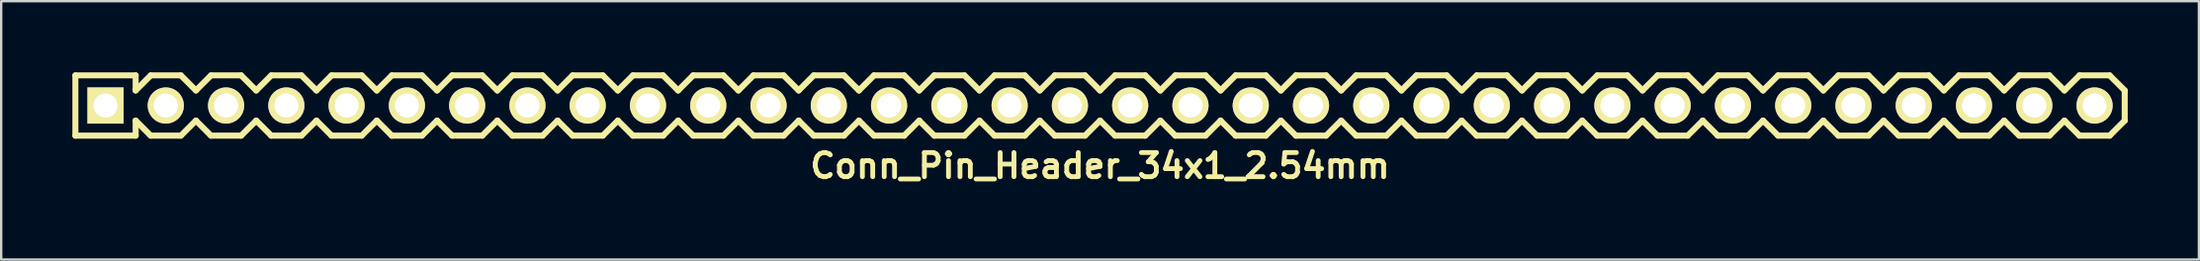
<source format=kicad_pcb>
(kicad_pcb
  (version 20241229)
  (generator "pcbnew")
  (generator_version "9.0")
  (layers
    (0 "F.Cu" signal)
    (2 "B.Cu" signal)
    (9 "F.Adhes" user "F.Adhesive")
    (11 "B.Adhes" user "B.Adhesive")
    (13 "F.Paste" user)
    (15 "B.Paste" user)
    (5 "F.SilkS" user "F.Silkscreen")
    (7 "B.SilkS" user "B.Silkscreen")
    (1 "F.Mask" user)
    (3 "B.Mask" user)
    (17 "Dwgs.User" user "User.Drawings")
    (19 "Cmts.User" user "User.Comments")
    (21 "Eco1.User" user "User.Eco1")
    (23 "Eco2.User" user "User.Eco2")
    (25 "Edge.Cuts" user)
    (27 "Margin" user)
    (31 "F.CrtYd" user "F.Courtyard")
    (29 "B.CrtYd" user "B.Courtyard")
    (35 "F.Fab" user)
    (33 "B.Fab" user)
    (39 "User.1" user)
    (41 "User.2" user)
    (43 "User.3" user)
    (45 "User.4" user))
  (footprint "Conn_Pin_Header_34x1_2.54mm"
    (layer "F.Cu")
    (at 43.307 1.397)
    (property "Reference" "Conn_Pin_Header_34x1_2.54mm" (at 0 2.54 0) (layer "F.SilkS") (effects (font (size 1.016 1.016) (thickness 0.203))))
    (attr through_hole)
    (fp_line (start -43.18 -1.27) (end -40.64 -1.27) (stroke (width 0.254) (type solid)) (layer "F.SilkS"))
    (fp_line (start -43.18 1.27) (end -43.18 -1.27) (stroke (width 0.254) (type solid)) (layer "F.SilkS"))
    (fp_line (start -40.64 -0.635) (end -40.64 -1.27) (stroke (width 0.254) (type solid)) (layer "F.SilkS"))
    (fp_line (start -40.64 -0.635) (end -40.005 -1.27) (stroke (width 0.254) (type solid)) (layer "F.SilkS"))
    (fp_line (start -40.64 1.27) (end -43.18 1.27) (stroke (width 0.254) (type solid)) (layer "F.SilkS"))
    (fp_line (start -40.64 1.27) (end -40.64 0.635) (stroke (width 0.254) (type solid)) (layer "F.SilkS"))
    (fp_line (start -40.005 -1.27) (end -38.735 -1.27) (stroke (width 0.254) (type solid)) (layer "F.SilkS"))
    (fp_line (start -40.005 1.27) (end -40.64 0.635) (stroke (width 0.254) (type solid)) (layer "F.SilkS"))
    (fp_line (start -38.735 -1.27) (end -38.1 -0.635) (stroke (width 0.254) (type solid)) (layer "F.SilkS"))
    (fp_line (start -38.735 1.27) (end -40.005 1.27) (stroke (width 0.254) (type solid)) (layer "F.SilkS"))
    (fp_line (start -38.1 -0.635) (end -37.465 -1.27) (stroke (width 0.254) (type solid)) (layer "F.SilkS"))
    (fp_line (start -38.1 0.635) (end -38.735 1.27) (stroke (width 0.254) (type solid)) (layer "F.SilkS"))
    (fp_line (start -37.465 -1.27) (end -36.195 -1.27) (stroke (width 0.254) (type solid)) (layer "F.SilkS"))
    (fp_line (start -37.465 1.27) (end -38.1 0.635) (stroke (width 0.254) (type solid)) (layer "F.SilkS"))
    (fp_line (start -36.195 -1.27) (end -35.56 -0.635) (stroke (width 0.254) (type solid)) (layer "F.SilkS"))
    (fp_line (start -36.195 1.27) (end -37.465 1.27) (stroke (width 0.254) (type solid)) (layer "F.SilkS"))
    (fp_line (start -35.56 -0.635) (end -34.925 -1.27) (stroke (width 0.254) (type solid)) (layer "F.SilkS"))
    (fp_line (start -35.56 0.635) (end -36.195 1.27) (stroke (width 0.254) (type solid)) (layer "F.SilkS"))
    (fp_line (start -34.925 -1.27) (end -33.655 -1.27) (stroke (width 0.254) (type solid)) (layer "F.SilkS"))
    (fp_line (start -34.925 1.27) (end -35.56 0.635) (stroke (width 0.254) (type solid)) (layer "F.SilkS"))
    (fp_line (start -33.655 -1.27) (end -33.02 -0.635) (stroke (width 0.254) (type solid)) (layer "F.SilkS"))
    (fp_line (start -33.655 1.27) (end -34.925 1.27) (stroke (width 0.254) (type solid)) (layer "F.SilkS"))
    (fp_line (start -33.02 -0.635) (end -32.385 -1.27) (stroke (width 0.254) (type solid)) (layer "F.SilkS"))
    (fp_line (start -33.02 0.635) (end -33.655 1.27) (stroke (width 0.254) (type solid)) (layer "F.SilkS"))
    (fp_line (start -32.385 -1.27) (end -31.115 -1.27) (stroke (width 0.254) (type solid)) (layer "F.SilkS"))
    (fp_line (start -32.385 1.27) (end -33.02 0.635) (stroke (width 0.254) (type solid)) (layer "F.SilkS"))
    (fp_line (start -31.115 -1.27) (end -30.48 -0.635) (stroke (width 0.254) (type solid)) (layer "F.SilkS"))
    (fp_line (start -31.115 1.27) (end -32.385 1.27) (stroke (width 0.254) (type solid)) (layer "F.SilkS"))
    (fp_line (start -30.48 -0.635) (end -29.845 -1.27) (stroke (width 0.254) (type solid)) (layer "F.SilkS"))
    (fp_line (start -30.48 0.635) (end -31.115 1.27) (stroke (width 0.254) (type solid)) (layer "F.SilkS"))
    (fp_line (start -30.48 0.635) (end -29.845 1.27) (stroke (width 0.254) (type solid)) (layer "F.SilkS"))
    (fp_line (start -29.845 -1.27) (end -28.575 -1.27) (stroke (width 0.254) (type solid)) (layer "F.SilkS"))
    (fp_line (start -29.845 1.27) (end -28.575 1.27) (stroke (width 0.254) (type solid)) (layer "F.SilkS"))
    (fp_line (start -28.575 -1.27) (end -27.94 -0.635) (stroke (width 0.254) (type solid)) (layer "F.SilkS"))
    (fp_line (start -28.575 1.27) (end -27.94 0.635) (stroke (width 0.254) (type solid)) (layer "F.SilkS"))
    (fp_line (start -27.94 -0.635) (end -27.305 -1.27) (stroke (width 0.254) (type solid)) (layer "F.SilkS"))
    (fp_line (start -27.305 -1.27) (end -26.035 -1.27) (stroke (width 0.254) (type solid)) (layer "F.SilkS"))
    (fp_line (start -27.305 1.27) (end -27.94 0.635) (stroke (width 0.254) (type solid)) (layer "F.SilkS"))
    (fp_line (start -26.035 -1.27) (end -25.4 -0.635) (stroke (width 0.254) (type solid)) (layer "F.SilkS"))
    (fp_line (start -26.035 1.27) (end -27.305 1.27) (stroke (width 0.254) (type solid)) (layer "F.SilkS"))
    (fp_line (start -25.4 -0.635) (end -24.765 -1.27) (stroke (width 0.254) (type solid)) (layer "F.SilkS"))
    (fp_line (start -25.4 0.635) (end -26.035 1.27) (stroke (width 0.254) (type solid)) (layer "F.SilkS"))
    (fp_line (start -25.4 0.635) (end -24.765 1.27) (stroke (width 0.254) (type solid)) (layer "F.SilkS"))
    (fp_line (start -24.765 -1.27) (end -23.495 -1.27) (stroke (width 0.254) (type solid)) (layer "F.SilkS"))
    (fp_line (start -24.765 1.27) (end -23.495 1.27) (stroke (width 0.254) (type solid)) (layer "F.SilkS"))
    (fp_line (start -23.495 -1.27) (end -22.86 -0.635) (stroke (width 0.254) (type solid)) (layer "F.SilkS"))
    (fp_line (start -23.495 1.27) (end -22.86 0.635) (stroke (width 0.254) (type solid)) (layer "F.SilkS"))
    (fp_line (start -22.86 -0.635) (end -22.225 -1.27) (stroke (width 0.254) (type solid)) (layer "F.SilkS"))
    (fp_line (start -22.225 -1.27) (end -20.955 -1.27) (stroke (width 0.254) (type solid)) (layer "F.SilkS"))
    (fp_line (start -22.225 1.27) (end -22.86 0.635) (stroke (width 0.254) (type solid)) (layer "F.SilkS"))
    (fp_line (start -20.955 -1.27) (end -20.32 -0.635) (stroke (width 0.254) (type solid)) (layer "F.SilkS"))
    (fp_line (start -20.955 1.27) (end -22.225 1.27) (stroke (width 0.254) (type solid)) (layer "F.SilkS"))
    (fp_line (start -20.32 -0.635) (end -19.685 -1.27) (stroke (width 0.254) (type solid)) (layer "F.SilkS"))
    (fp_line (start -20.32 0.635) (end -20.955 1.27) (stroke (width 0.254) (type solid)) (layer "F.SilkS"))
    (fp_line (start -20.32 0.635) (end -19.685 1.27) (stroke (width 0.254) (type solid)) (layer "F.SilkS"))
    (fp_line (start -19.685 -1.27) (end -18.415 -1.27) (stroke (width 0.254) (type solid)) (layer "F.SilkS"))
    (fp_line (start -19.685 1.27) (end -18.415 1.27) (stroke (width 0.254) (type solid)) (layer "F.SilkS"))
    (fp_line (start -18.415 -1.27) (end -17.78 -0.635) (stroke (width 0.254) (type solid)) (layer "F.SilkS"))
    (fp_line (start -18.415 1.27) (end -17.78 0.635) (stroke (width 0.254) (type solid)) (layer "F.SilkS"))
    (fp_line (start -17.78 -0.635) (end -17.145 -1.27) (stroke (width 0.254) (type solid)) (layer "F.SilkS"))
    (fp_line (start -17.145 -1.27) (end -15.875 -1.27) (stroke (width 0.254) (type solid)) (layer "F.SilkS"))
    (fp_line (start -17.145 1.27) (end -17.78 0.635) (stroke (width 0.254) (type solid)) (layer "F.SilkS"))
    (fp_line (start -15.875 -1.27) (end -15.24 -0.635) (stroke (width 0.254) (type solid)) (layer "F.SilkS"))
    (fp_line (start -15.875 1.27) (end -17.145 1.27) (stroke (width 0.254) (type solid)) (layer "F.SilkS"))
    (fp_line (start -15.24 -0.635) (end -14.605 -1.27) (stroke (width 0.254) (type solid)) (layer "F.SilkS"))
    (fp_line (start -15.24 0.635) (end -15.875 1.27) (stroke (width 0.254) (type solid)) (layer "F.SilkS"))
    (fp_line (start -15.24 0.635) (end -14.605 1.27) (stroke (width 0.254) (type solid)) (layer "F.SilkS"))
    (fp_line (start -14.605 -1.27) (end -13.335 -1.27) (stroke (width 0.254) (type solid)) (layer "F.SilkS"))
    (fp_line (start -14.605 1.27) (end -13.335 1.27) (stroke (width 0.254) (type solid)) (layer "F.SilkS"))
    (fp_line (start -13.335 -1.27) (end -12.7 -0.635) (stroke (width 0.254) (type solid)) (layer "F.SilkS"))
    (fp_line (start -13.335 1.27) (end -12.7 0.635) (stroke (width 0.254) (type solid)) (layer "F.SilkS"))
    (fp_line (start -12.7 -0.635) (end -12.065 -1.27) (stroke (width 0.254) (type solid)) (layer "F.SilkS"))
    (fp_line (start -12.065 -1.27) (end -10.795 -1.27) (stroke (width 0.254) (type solid)) (layer "F.SilkS"))
    (fp_line (start -12.065 1.27) (end -12.7 0.635) (stroke (width 0.254) (type solid)) (layer "F.SilkS"))
    (fp_line (start -10.795 -1.27) (end -10.16 -0.635) (stroke (width 0.254) (type solid)) (layer "F.SilkS"))
    (fp_line (start -10.795 1.27) (end -12.065 1.27) (stroke (width 0.254) (type solid)) (layer "F.SilkS"))
    (fp_line (start -10.16 -0.635) (end -9.525 -1.27) (stroke (width 0.254) (type solid)) (layer "F.SilkS"))
    (fp_line (start -10.16 0.635) (end -10.795 1.27) (stroke (width 0.254) (type solid)) (layer "F.SilkS"))
    (fp_line (start -10.16 0.635) (end -9.525 1.27) (stroke (width 0.254) (type solid)) (layer "F.SilkS"))
    (fp_line (start -9.525 -1.27) (end -8.255 -1.27) (stroke (width 0.254) (type solid)) (layer "F.SilkS"))
    (fp_line (start -9.525 1.27) (end -8.255 1.27) (stroke (width 0.254) (type solid)) (layer "F.SilkS"))
    (fp_line (start -8.255 -1.27) (end -7.62 -0.635) (stroke (width 0.254) (type solid)) (layer "F.SilkS"))
    (fp_line (start -8.255 1.27) (end -7.62 0.635) (stroke (width 0.254) (type solid)) (layer "F.SilkS"))
    (fp_line (start -7.62 -0.635) (end -6.985 -1.27) (stroke (width 0.254) (type solid)) (layer "F.SilkS"))
    (fp_line (start -6.985 -1.27) (end -5.715 -1.27) (stroke (width 0.254) (type solid)) (layer "F.SilkS"))
    (fp_line (start -6.985 1.27) (end -7.62 0.635) (stroke (width 0.254) (type solid)) (layer "F.SilkS"))
    (fp_line (start -5.715 -1.27) (end -5.08 -0.635) (stroke (width 0.254) (type solid)) (layer "F.SilkS"))
    (fp_line (start -5.715 1.27) (end -6.985 1.27) (stroke (width 0.254) (type solid)) (layer "F.SilkS"))
    (fp_line (start -5.08 -0.635) (end -4.445 -1.27) (stroke (width 0.254) (type solid)) (layer "F.SilkS"))
    (fp_line (start -5.08 0.635) (end -5.715 1.27) (stroke (width 0.254) (type solid)) (layer "F.SilkS"))
    (fp_line (start -5.08 0.635) (end -4.445 1.27) (stroke (width 0.254) (type solid)) (layer "F.SilkS"))
    (fp_line (start -4.445 -1.27) (end -3.175 -1.27) (stroke (width 0.254) (type solid)) (layer "F.SilkS"))
    (fp_line (start -4.445 1.27) (end -3.175 1.27) (stroke (width 0.254) (type solid)) (layer "F.SilkS"))
    (fp_line (start -3.175 -1.27) (end -2.54 -0.635) (stroke (width 0.254) (type solid)) (layer "F.SilkS"))
    (fp_line (start -3.175 1.27) (end -2.54 0.635) (stroke (width 0.254) (type solid)) (layer "F.SilkS"))
    (fp_line (start -2.54 -0.635) (end -1.905 -1.27) (stroke (width 0.254) (type solid)) (layer "F.SilkS"))
    (fp_line (start -1.905 -1.27) (end -0.635 -1.27) (stroke (width 0.254) (type solid)) (layer "F.SilkS"))
    (fp_line (start -1.905 1.27) (end -2.54 0.635) (stroke (width 0.254) (type solid)) (layer "F.SilkS"))
    (fp_line (start -0.635 -1.27) (end 0 -0.635) (stroke (width 0.254) (type solid)) (layer "F.SilkS"))
    (fp_line (start -0.635 1.27) (end -1.905 1.27) (stroke (width 0.254) (type solid)) (layer "F.SilkS"))
    (fp_line (start 0 -0.635) (end 0.635 -1.27) (stroke (width 0.254) (type solid)) (layer "F.SilkS"))
    (fp_line (start 0 0.635) (end -0.635 1.27) (stroke (width 0.254) (type solid)) (layer "F.SilkS"))
    (fp_line (start 0 0.635) (end 0.635 1.27) (stroke (width 0.254) (type solid)) (layer "F.SilkS"))
    (fp_line (start 0.635 -1.27) (end 1.905 -1.27) (stroke (width 0.254) (type solid)) (layer "F.SilkS"))
    (fp_line (start 0.635 1.27) (end 1.905 1.27) (stroke (width 0.254) (type solid)) (layer "F.SilkS"))
    (fp_line (start 1.905 -1.27) (end 2.54 -0.635) (stroke (width 0.254) (type solid)) (layer "F.SilkS"))
    (fp_line (start 1.905 1.27) (end 2.54 0.635) (stroke (width 0.254) (type solid)) (layer "F.SilkS"))
    (fp_line (start 2.54 -0.635) (end 3.175 -1.27) (stroke (width 0.254) (type solid)) (layer "F.SilkS"))
    (fp_line (start 3.175 -1.27) (end 4.445 -1.27) (stroke (width 0.254) (type solid)) (layer "F.SilkS"))
    (fp_line (start 3.175 1.27) (end 2.54 0.635) (stroke (width 0.254) (type solid)) (layer "F.SilkS"))
    (fp_line (start 4.445 -1.27) (end 5.08 -0.635) (stroke (width 0.254) (type solid)) (layer "F.SilkS"))
    (fp_line (start 4.445 1.27) (end 3.175 1.27) (stroke (width 0.254) (type solid)) (layer "F.SilkS"))
    (fp_line (start 5.08 -0.635) (end 5.715 -1.27) (stroke (width 0.254) (type solid)) (layer "F.SilkS"))
    (fp_line (start 5.08 0.635) (end 4.445 1.27) (stroke (width 0.254) (type solid)) (layer "F.SilkS"))
    (fp_line (start 5.08 0.635) (end 5.715 1.27) (stroke (width 0.254) (type solid)) (layer "F.SilkS"))
    (fp_line (start 5.715 -1.27) (end 6.985 -1.27) (stroke (width 0.254) (type solid)) (layer "F.SilkS"))
    (fp_line (start 5.715 1.27) (end 6.985 1.27) (stroke (width 0.254) (type solid)) (layer "F.SilkS"))
    (fp_line (start 6.985 -1.27) (end 7.62 -0.635) (stroke (width 0.254) (type solid)) (layer "F.SilkS"))
    (fp_line (start 6.985 1.27) (end 7.62 0.635) (stroke (width 0.254) (type solid)) (layer "F.SilkS"))
    (fp_line (start 7.62 -0.635) (end 8.255 -1.27) (stroke (width 0.254) (type solid)) (layer "F.SilkS"))
    (fp_line (start 8.255 -1.27) (end 9.525 -1.27) (stroke (width 0.254) (type solid)) (layer "F.SilkS"))
    (fp_line (start 8.255 1.27) (end 7.62 0.635) (stroke (width 0.254) (type solid)) (layer "F.SilkS"))
    (fp_line (start 9.525 -1.27) (end 10.16 -0.635) (stroke (width 0.254) (type solid)) (layer "F.SilkS"))
    (fp_line (start 9.525 1.27) (end 8.255 1.27) (stroke (width 0.254) (type solid)) (layer "F.SilkS"))
    (fp_line (start 10.16 -0.635) (end 10.795 -1.27) (stroke (width 0.254) (type solid)) (layer "F.SilkS"))
    (fp_line (start 10.16 0.635) (end 9.525 1.27) (stroke (width 0.254) (type solid)) (layer "F.SilkS"))
    (fp_line (start 10.16 0.635) (end 10.795 1.27) (stroke (width 0.254) (type solid)) (layer "F.SilkS"))
    (fp_line (start 10.795 -1.27) (end 12.065 -1.27) (stroke (width 0.254) (type solid)) (layer "F.SilkS"))
    (fp_line (start 10.795 1.27) (end 12.065 1.27) (stroke (width 0.254) (type solid)) (layer "F.SilkS"))
    (fp_line (start 12.065 -1.27) (end 12.7 -0.635) (stroke (width 0.254) (type solid)) (layer "F.SilkS"))
    (fp_line (start 12.065 1.27) (end 12.7 0.635) (stroke (width 0.254) (type solid)) (layer "F.SilkS"))
    (fp_line (start 12.7 -0.635) (end 13.335 -1.27) (stroke (width 0.254) (type solid)) (layer "F.SilkS"))
    (fp_line (start 13.335 -1.27) (end 14.605 -1.27) (stroke (width 0.254) (type solid)) (layer "F.SilkS"))
    (fp_line (start 13.335 1.27) (end 12.7 0.635) (stroke (width 0.254) (type solid)) (layer "F.SilkS"))
    (fp_line (start 14.605 -1.27) (end 15.24 -0.635) (stroke (width 0.254) (type solid)) (layer "F.SilkS"))
    (fp_line (start 14.605 1.27) (end 13.335 1.27) (stroke (width 0.254) (type solid)) (layer "F.SilkS"))
    (fp_line (start 15.24 -0.635) (end 15.875 -1.27) (stroke (width 0.254) (type solid)) (layer "F.SilkS"))
    (fp_line (start 15.24 0.635) (end 14.605 1.27) (stroke (width 0.254) (type solid)) (layer "F.SilkS"))
    (fp_line (start 15.24 0.635) (end 15.875 1.27) (stroke (width 0.254) (type solid)) (layer "F.SilkS"))
    (fp_line (start 15.875 -1.27) (end 17.145 -1.27) (stroke (width 0.254) (type solid)) (layer "F.SilkS"))
    (fp_line (start 15.875 1.27) (end 17.145 1.27) (stroke (width 0.254) (type solid)) (layer "F.SilkS"))
    (fp_line (start 17.145 -1.27) (end 17.78 -0.635) (stroke (width 0.254) (type solid)) (layer "F.SilkS"))
    (fp_line (start 17.145 1.27) (end 17.78 0.635) (stroke (width 0.254) (type solid)) (layer "F.SilkS"))
    (fp_line (start 17.78 -0.635) (end 18.415 -1.27) (stroke (width 0.254) (type solid)) (layer "F.SilkS"))
    (fp_line (start 18.415 -1.27) (end 19.685 -1.27) (stroke (width 0.254) (type solid)) (layer "F.SilkS"))
    (fp_line (start 18.415 1.27) (end 17.78 0.635) (stroke (width 0.254) (type solid)) (layer "F.SilkS"))
    (fp_line (start 19.685 -1.27) (end 20.32 -0.635) (stroke (width 0.254) (type solid)) (layer "F.SilkS"))
    (fp_line (start 19.685 1.27) (end 18.415 1.27) (stroke (width 0.254) (type solid)) (layer "F.SilkS"))
    (fp_line (start 20.32 -0.635) (end 20.955 -1.27) (stroke (width 0.254) (type solid)) (layer "F.SilkS"))
    (fp_line (start 20.32 0.635) (end 19.685 1.27) (stroke (width 0.254) (type solid)) (layer "F.SilkS"))
    (fp_line (start 20.32 0.635) (end 20.955 1.27) (stroke (width 0.254) (type solid)) (layer "F.SilkS"))
    (fp_line (start 20.955 -1.27) (end 22.225 -1.27) (stroke (width 0.254) (type solid)) (layer "F.SilkS"))
    (fp_line (start 20.955 1.27) (end 22.225 1.27) (stroke (width 0.254) (type solid)) (layer "F.SilkS"))
    (fp_line (start 22.225 -1.27) (end 22.86 -0.635) (stroke (width 0.254) (type solid)) (layer "F.SilkS"))
    (fp_line (start 22.225 1.27) (end 22.86 0.635) (stroke (width 0.254) (type solid)) (layer "F.SilkS"))
    (fp_line (start 22.86 -0.635) (end 23.495 -1.27) (stroke (width 0.254) (type solid)) (layer "F.SilkS"))
    (fp_line (start 23.495 -1.27) (end 24.765 -1.27) (stroke (width 0.254) (type solid)) (layer "F.SilkS"))
    (fp_line (start 23.495 1.27) (end 22.86 0.635) (stroke (width 0.254) (type solid)) (layer "F.SilkS"))
    (fp_line (start 24.765 -1.27) (end 25.4 -0.635) (stroke (width 0.254) (type solid)) (layer "F.SilkS"))
    (fp_line (start 24.765 1.27) (end 23.495 1.27) (stroke (width 0.254) (type solid)) (layer "F.SilkS"))
    (fp_line (start 25.4 -0.635) (end 26.035 -1.27) (stroke (width 0.254) (type solid)) (layer "F.SilkS"))
    (fp_line (start 25.4 0.635) (end 24.765 1.27) (stroke (width 0.254) (type solid)) (layer "F.SilkS"))
    (fp_line (start 25.4 0.635) (end 26.035 1.27) (stroke (width 0.254) (type solid)) (layer "F.SilkS"))
    (fp_line (start 26.035 -1.27) (end 27.305 -1.27) (stroke (width 0.254) (type solid)) (layer "F.SilkS"))
    (fp_line (start 26.035 1.27) (end 27.305 1.27) (stroke (width 0.254) (type solid)) (layer "F.SilkS"))
    (fp_line (start 27.305 -1.27) (end 27.94 -0.635) (stroke (width 0.254) (type solid)) (layer "F.SilkS"))
    (fp_line (start 27.305 1.27) (end 27.94 0.635) (stroke (width 0.254) (type solid)) (layer "F.SilkS"))
    (fp_line (start 27.94 -0.635) (end 28.575 -1.27) (stroke (width 0.254) (type solid)) (layer "F.SilkS"))
    (fp_line (start 28.575 -1.27) (end 29.845 -1.27) (stroke (width 0.254) (type solid)) (layer "F.SilkS"))
    (fp_line (start 28.575 1.27) (end 27.94 0.635) (stroke (width 0.254) (type solid)) (layer "F.SilkS"))
    (fp_line (start 29.845 -1.27) (end 30.48 -0.635) (stroke (width 0.254) (type solid)) (layer "F.SilkS"))
    (fp_line (start 29.845 1.27) (end 28.575 1.27) (stroke (width 0.254) (type solid)) (layer "F.SilkS"))
    (fp_line (start 30.48 -0.635) (end 31.115 -1.27) (stroke (width 0.254) (type solid)) (layer "F.SilkS"))
    (fp_line (start 30.48 0.635) (end 29.845 1.27) (stroke (width 0.254) (type solid)) (layer "F.SilkS"))
    (fp_line (start 30.48 0.635) (end 31.115 1.27) (stroke (width 0.254) (type solid)) (layer "F.SilkS"))
    (fp_line (start 31.115 -1.27) (end 32.385 -1.27) (stroke (width 0.254) (type solid)) (layer "F.SilkS"))
    (fp_line (start 31.115 1.27) (end 32.385 1.27) (stroke (width 0.254) (type solid)) (layer "F.SilkS"))
    (fp_line (start 32.385 -1.27) (end 33.02 -0.635) (stroke (width 0.254) (type solid)) (layer "F.SilkS"))
    (fp_line (start 32.385 1.27) (end 33.02 0.635) (stroke (width 0.254) (type solid)) (layer "F.SilkS"))
    (fp_line (start 33.02 -0.635) (end 33.655 -1.27) (stroke (width 0.254) (type solid)) (layer "F.SilkS"))
    (fp_line (start 33.655 -1.27) (end 34.925 -1.27) (stroke (width 0.254) (type solid)) (layer "F.SilkS"))
    (fp_line (start 33.655 1.27) (end 33.02 0.635) (stroke (width 0.254) (type solid)) (layer "F.SilkS"))
    (fp_line (start 34.925 -1.27) (end 35.56 -0.635) (stroke (width 0.254) (type solid)) (layer "F.SilkS"))
    (fp_line (start 34.925 1.27) (end 33.655 1.27) (stroke (width 0.254) (type solid)) (layer "F.SilkS"))
    (fp_line (start 35.56 -0.635) (end 36.195 -1.27) (stroke (width 0.254) (type solid)) (layer "F.SilkS"))
    (fp_line (start 35.56 0.635) (end 34.925 1.27) (stroke (width 0.254) (type solid)) (layer "F.SilkS"))
    (fp_line (start 35.56 0.635) (end 36.195 1.27) (stroke (width 0.254) (type solid)) (layer "F.SilkS"))
    (fp_line (start 36.195 -1.27) (end 37.465 -1.27) (stroke (width 0.254) (type solid)) (layer "F.SilkS"))
    (fp_line (start 36.195 1.27) (end 37.465 1.27) (stroke (width 0.254) (type solid)) (layer "F.SilkS"))
    (fp_line (start 37.465 -1.27) (end 38.1 -0.635) (stroke (width 0.254) (type solid)) (layer "F.SilkS"))
    (fp_line (start 37.465 1.27) (end 38.1 0.635) (stroke (width 0.254) (type solid)) (layer "F.SilkS"))
    (fp_line (start 38.1 -0.635) (end 38.735 -1.27) (stroke (width 0.254) (type solid)) (layer "F.SilkS"))
    (fp_line (start 38.735 -1.27) (end 40.005 -1.27) (stroke (width 0.254) (type solid)) (layer "F.SilkS"))
    (fp_line (start 38.735 1.27) (end 38.1 0.635) (stroke (width 0.254) (type solid)) (layer "F.SilkS"))
    (fp_line (start 40.005 -1.27) (end 40.64 -0.635) (stroke (width 0.254) (type solid)) (layer "F.SilkS"))
    (fp_line (start 40.005 1.27) (end 38.735 1.27) (stroke (width 0.254) (type solid)) (layer "F.SilkS"))
    (fp_line (start 40.64 -0.635) (end 41.275 -1.27) (stroke (width 0.254) (type solid)) (layer "F.SilkS"))
    (fp_line (start 40.64 0.635) (end 40.005 1.27) (stroke (width 0.254) (type solid)) (layer "F.SilkS"))
    (fp_line (start 40.64 0.635) (end 41.275 1.27) (stroke (width 0.254) (type solid)) (layer "F.SilkS"))
    (fp_line (start 41.275 -1.27) (end 42.545 -1.27) (stroke (width 0.254) (type solid)) (layer "F.SilkS"))
    (fp_line (start 41.275 1.27) (end 42.545 1.27) (stroke (width 0.254) (type solid)) (layer "F.SilkS"))
    (fp_line (start 42.545 -1.27) (end 43.18 -0.635) (stroke (width 0.254) (type solid)) (layer "F.SilkS"))
    (fp_line (start 42.545 1.27) (end 43.18 0.635) (stroke (width 0.254) (type solid)) (layer "F.SilkS"))
    (fp_line (start 43.18 -0.635) (end 43.18 0.635) (stroke (width 0.254) (type solid)) (layer "F.SilkS"))
    (pad "1" thru_hole rect (at -41.91 0) (size 1.524 1.524) (drill 1.016) (layers "*.Cu" "*.Mask" "F.SilkS"))
    (pad "2" thru_hole circle (at -39.37 0) (size 1.524 1.524) (drill 1.016) (layers "*.Cu" "*.Mask" "F.SilkS"))
    (pad "3" thru_hole circle (at -36.83 0) (size 1.524 1.524) (drill 1.016) (layers "*.Cu" "*.Mask" "F.SilkS"))
    (pad "4" thru_hole circle (at -34.29 0) (size 1.524 1.524) (drill 1.016) (layers "*.Cu" "*.Mask" "F.SilkS"))
    (pad "5" thru_hole circle (at -31.75 0) (size 1.524 1.524) (drill 1.016) (layers "*.Cu" "*.Mask" "F.SilkS"))
    (pad "6" thru_hole circle (at -29.21 0) (size 1.524 1.524) (drill 1.016) (layers "*.Cu" "*.Mask" "F.SilkS"))
    (pad "7" thru_hole circle (at -26.67 0) (size 1.524 1.524) (drill 1.016) (layers "*.Cu" "*.Mask" "F.SilkS"))
    (pad "8" thru_hole circle (at -24.13 0) (size 1.524 1.524) (drill 1.016) (layers "*.Cu" "*.Mask" "F.SilkS"))
    (pad "9" thru_hole circle (at -21.59 0) (size 1.524 1.524) (drill 1.016) (layers "*.Cu" "*.Mask" "F.SilkS"))
    (pad "10" thru_hole circle (at -19.05 0) (size 1.524 1.524) (drill 1.016) (layers "*.Cu" "*.Mask" "F.SilkS"))
    (pad "11" thru_hole circle (at -16.51 0) (size 1.524 1.524) (drill 1.016) (layers "*.Cu" "*.Mask" "F.SilkS"))
    (pad "12" thru_hole circle (at -13.97 0) (size 1.524 1.524) (drill 1.016) (layers "*.Cu" "*.Mask" "F.SilkS"))
    (pad "13" thru_hole circle (at -11.43 0) (size 1.524 1.524) (drill 1.016) (layers "*.Cu" "*.Mask" "F.SilkS"))
    (pad "14" thru_hole circle (at -8.89 0) (size 1.524 1.524) (drill 1.016) (layers "*.Cu" "*.Mask" "F.SilkS"))
    (pad "15" thru_hole circle (at -6.35 0) (size 1.524 1.524) (drill 1.016) (layers "*.Cu" "*.Mask" "F.SilkS"))
    (pad "16" thru_hole circle (at -3.81 0) (size 1.524 1.524) (drill 1.016) (layers "*.Cu" "*.Mask" "F.SilkS"))
    (pad "17" thru_hole circle (at -1.27 0) (size 1.524 1.524) (drill 1.016) (layers "*.Cu" "*.Mask" "F.SilkS"))
    (pad "18" thru_hole circle (at 1.27 0) (size 1.524 1.524) (drill 1.016) (layers "*.Cu" "*.Mask" "F.SilkS"))
    (pad "19" thru_hole circle (at 3.81 0) (size 1.524 1.524) (drill 1.016) (layers "*.Cu" "*.Mask" "F.SilkS"))
    (pad "20" thru_hole circle (at 6.35 0) (size 1.524 1.524) (drill 1.016) (layers "*.Cu" "*.Mask" "F.SilkS"))
    (pad "21" thru_hole circle (at 8.89 0) (size 1.524 1.524) (drill 1.016) (layers "*.Cu" "*.Mask" "F.SilkS"))
    (pad "22" thru_hole circle (at 11.43 0) (size 1.524 1.524) (drill 1.016) (layers "*.Cu" "*.Mask" "F.SilkS"))
    (pad "23" thru_hole circle (at 13.97 0) (size 1.524 1.524) (drill 1.016) (layers "*.Cu" "*.Mask" "F.SilkS"))
    (pad "24" thru_hole circle (at 16.51 0) (size 1.524 1.524) (drill 1.016) (layers "*.Cu" "*.Mask" "F.SilkS"))
    (pad "25" thru_hole circle (at 19.05 0) (size 1.524 1.524) (drill 1.016) (layers "*.Cu" "*.Mask" "F.SilkS"))
    (pad "26" thru_hole circle (at 21.59 0) (size 1.524 1.524) (drill 1.016) (layers "*.Cu" "*.Mask" "F.SilkS"))
    (pad "27" thru_hole circle (at 24.13 0) (size 1.524 1.524) (drill 1.016) (layers "*.Cu" "*.Mask" "F.SilkS"))
    (pad "28" thru_hole circle (at 26.67 0) (size 1.524 1.524) (drill 1.016) (layers "*.Cu" "*.Mask" "F.SilkS"))
    (pad "29" thru_hole circle (at 29.21 0) (size 1.524 1.524) (drill 1.016) (layers "*.Cu" "*.Mask" "F.SilkS"))
    (pad "30" thru_hole circle (at 31.75 0) (size 1.524 1.524) (drill 1.016) (layers "*.Cu" "*.Mask" "F.SilkS"))
    (pad "31" thru_hole circle (at 34.29 0) (size 1.524 1.524) (drill 1.016) (layers "*.Cu" "*.Mask" "F.SilkS"))
    (pad "32" thru_hole circle (at 36.83 0) (size 1.524 1.524) (drill 1.016) (layers "*.Cu" "*.Mask" "F.SilkS"))
    (pad "33" thru_hole circle (at 39.37 0) (size 1.524 1.524) (drill 1.016) (layers "*.Cu" "*.Mask" "F.SilkS"))
    (pad "34" thru_hole circle (at 41.91 0) (size 1.524 1.524) (drill 1.016) (layers "*.Cu" "*.Mask" "F.SilkS")))
  (gr_rect
    (start -3 -3)
    (end 89.614 7.888)
    (stroke (width 0.1) (type default))
    (fill no)
    (layer "Edge.Cuts")))
</source>
